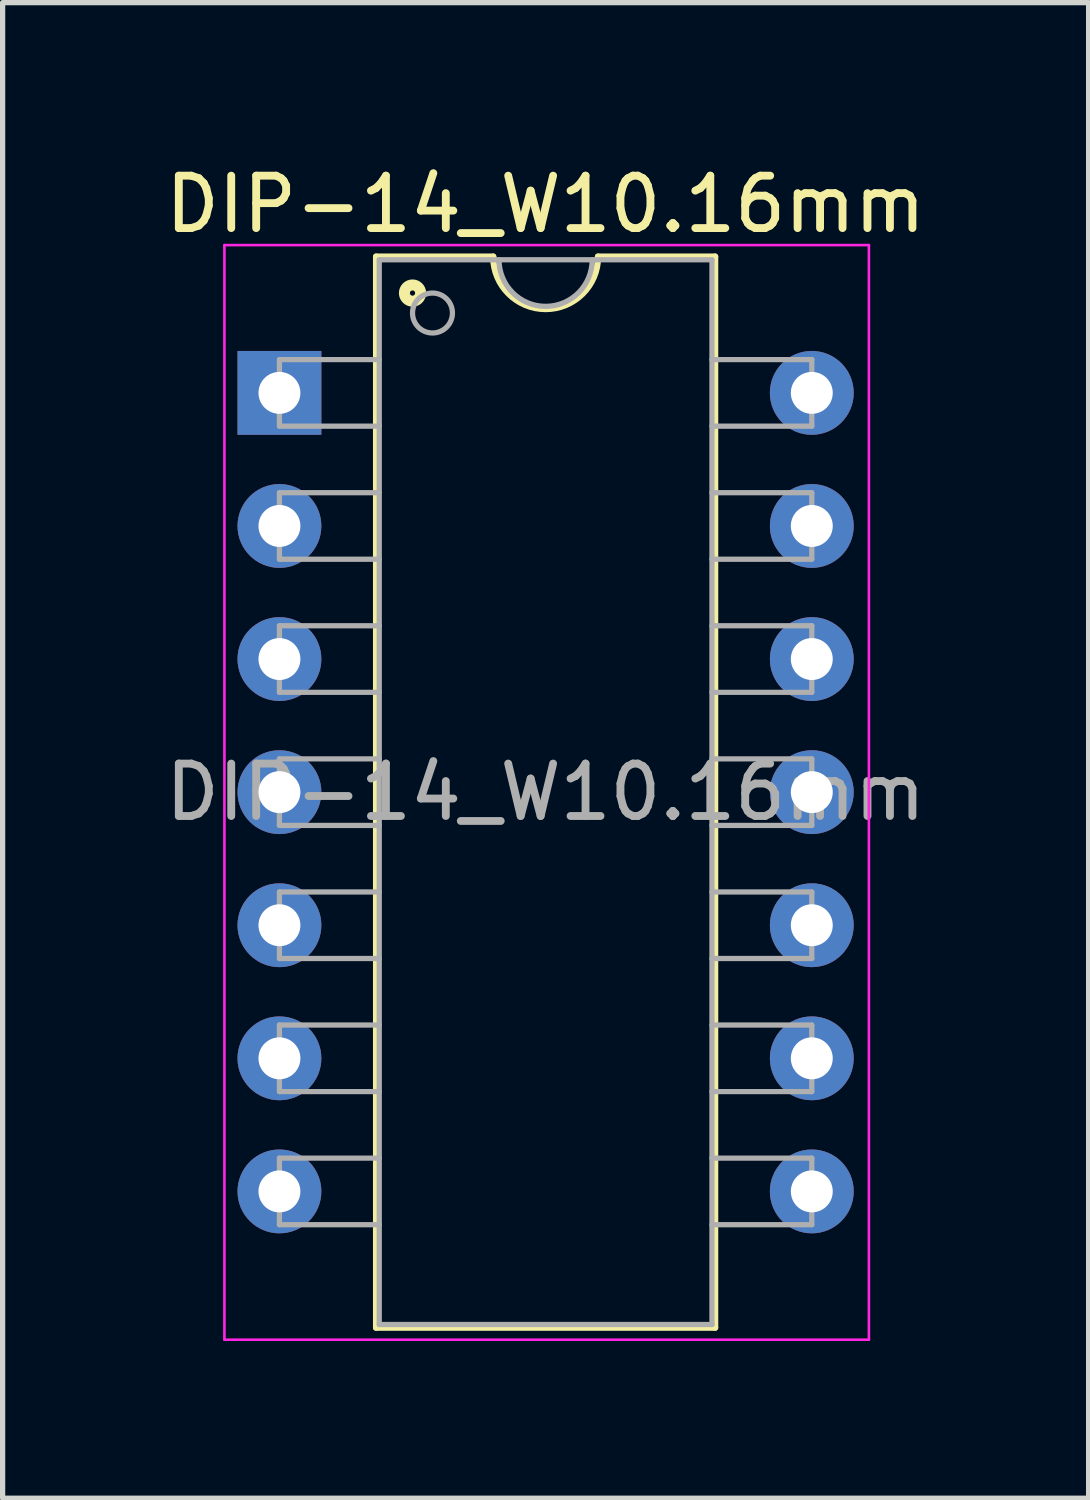
<source format=kicad_pcb>
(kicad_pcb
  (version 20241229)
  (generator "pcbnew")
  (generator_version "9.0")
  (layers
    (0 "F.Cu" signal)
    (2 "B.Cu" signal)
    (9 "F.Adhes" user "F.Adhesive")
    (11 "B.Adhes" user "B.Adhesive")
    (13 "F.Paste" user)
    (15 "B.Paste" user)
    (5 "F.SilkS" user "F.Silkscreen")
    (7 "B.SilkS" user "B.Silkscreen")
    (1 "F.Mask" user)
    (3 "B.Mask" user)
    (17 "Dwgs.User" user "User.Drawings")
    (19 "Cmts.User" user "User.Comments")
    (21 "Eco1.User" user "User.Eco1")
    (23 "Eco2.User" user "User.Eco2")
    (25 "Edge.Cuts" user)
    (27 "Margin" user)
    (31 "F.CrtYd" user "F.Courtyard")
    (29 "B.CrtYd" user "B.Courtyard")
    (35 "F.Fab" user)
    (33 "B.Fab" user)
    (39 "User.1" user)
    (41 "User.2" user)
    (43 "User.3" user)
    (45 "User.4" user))
  (footprint "DIP-14_W10.16mm"
    (layer "F.Cu")
    (at 2.283 4.448)
    (property "Reference" "DIP-14_W10.16mm" (at 5.08 -3.6 0) (layer "F.SilkS") (effects (font (size 1 1) (thickness 0.15))))
    (attr through_hole)
    (fp_line (start 1.845 -2.6) (end 1.845 17.84) (stroke (width 0.12) (type solid)) (layer "F.SilkS"))
    (fp_line (start 1.845 17.84) (end 8.315 17.84) (stroke (width 0.12) (type solid)) (layer "F.SilkS"))
    (fp_line (start 4.08 -2.6) (end 1.845 -2.6) (stroke (width 0.12) (type solid)) (layer "F.SilkS"))
    (fp_line (start 8.315 -2.6) (end 6.08 -2.6) (stroke (width 0.12) (type solid)) (layer "F.SilkS"))
    (fp_line (start 8.315 17.84) (end 8.315 -2.6) (stroke (width 0.12) (type solid)) (layer "F.SilkS"))
    (fp_arc (start 6.08 -2.6) (mid 5.08 -1.6) (end 4.08 -2.6) (stroke (width 0.12) (type solid)) (layer "F.SilkS"))
    (fp_circle (center 2.54 -1.905) (end 2.59 -1.905) (stroke (width 0.12) (type solid)) (fill no) (layer "F.SilkS"))
    (fp_circle (center 2.54 -1.905) (end 2.665 -1.905) (stroke (width 0.12) (type solid)) (fill no) (layer "F.SilkS"))
    (fp_circle (center 2.54 -1.905) (end 2.74 -1.905) (stroke (width 0.12) (type solid)) (fill no) (layer "F.SilkS"))
    (fp_line (start -1.05 -2.82) (end -1.05 18.07) (stroke (width 0.05) (type solid)) (layer "F.CrtYd"))
    (fp_line (start -1.05 18.07) (end 11.25 18.07) (stroke (width 0.05) (type solid)) (layer "F.CrtYd"))
    (fp_line (start 11.25 -2.82) (end -1.05 -2.82) (stroke (width 0.05) (type solid)) (layer "F.CrtYd"))
    (fp_line (start 11.25 18.07) (end 11.25 -2.82) (stroke (width 0.05) (type solid)) (layer "F.CrtYd"))
    (fp_line (start 0 -0.635) (end 0 0.635) (stroke (width 0.1) (type solid)) (layer "F.Fab"))
    (fp_line (start 0 -0.635) (end 1.905 -0.635) (stroke (width 0.1) (type solid)) (layer "F.Fab"))
    (fp_line (start 0 0.635) (end 1.905 0.635) (stroke (width 0.1) (type solid)) (layer "F.Fab"))
    (fp_line (start 0 1.905) (end 0 3.175) (stroke (width 0.1) (type solid)) (layer "F.Fab"))
    (fp_line (start 0 1.905) (end 1.905 1.905) (stroke (width 0.1) (type solid)) (layer "F.Fab"))
    (fp_line (start 0 3.175) (end 1.905 3.175) (stroke (width 0.1) (type solid)) (layer "F.Fab"))
    (fp_line (start 0 4.445) (end 0 5.715) (stroke (width 0.1) (type solid)) (layer "F.Fab"))
    (fp_line (start 0 4.445) (end 1.905 4.445) (stroke (width 0.1) (type solid)) (layer "F.Fab"))
    (fp_line (start 0 5.715) (end 1.905 5.715) (stroke (width 0.1) (type solid)) (layer "F.Fab"))
    (fp_line (start 0 6.985) (end 0 8.255) (stroke (width 0.1) (type solid)) (layer "F.Fab"))
    (fp_line (start 0 6.985) (end 1.905 6.985) (stroke (width 0.1) (type solid)) (layer "F.Fab"))
    (fp_line (start 0 8.255) (end 1.905 8.255) (stroke (width 0.1) (type solid)) (layer "F.Fab"))
    (fp_line (start 0 9.525) (end 0 10.795) (stroke (width 0.1) (type solid)) (layer "F.Fab"))
    (fp_line (start 0 9.525) (end 1.905 9.525) (stroke (width 0.1) (type solid)) (layer "F.Fab"))
    (fp_line (start 0 10.795) (end 1.905 10.795) (stroke (width 0.1) (type solid)) (layer "F.Fab"))
    (fp_line (start 0 12.065) (end 0 13.335) (stroke (width 0.1) (type solid)) (layer "F.Fab"))
    (fp_line (start 0 12.065) (end 1.905 12.065) (stroke (width 0.1) (type solid)) (layer "F.Fab"))
    (fp_line (start 0 13.335) (end 1.905 13.335) (stroke (width 0.1) (type solid)) (layer "F.Fab"))
    (fp_line (start 0 14.605) (end 0 15.875) (stroke (width 0.1) (type solid)) (layer "F.Fab"))
    (fp_line (start 0 14.605) (end 1.905 14.605) (stroke (width 0.1) (type solid)) (layer "F.Fab"))
    (fp_line (start 0 15.875) (end 1.905 15.875) (stroke (width 0.1) (type solid)) (layer "F.Fab"))
    (fp_line (start 1.905 -2.54) (end 8.255 -2.54) (stroke (width 0.1) (type solid)) (layer "F.Fab"))
    (fp_line (start 1.905 17.78) (end 1.905 -2.54) (stroke (width 0.1) (type solid)) (layer "F.Fab"))
    (fp_line (start 8.255 -2.54) (end 8.255 17.78) (stroke (width 0.1) (type solid)) (layer "F.Fab"))
    (fp_line (start 8.255 17.78) (end 1.905 17.78) (stroke (width 0.1) (type solid)) (layer "F.Fab"))
    (fp_line (start 10.16 -0.635) (end 8.255 -0.635) (stroke (width 0.1) (type solid)) (layer "F.Fab"))
    (fp_line (start 10.16 0.635) (end 8.255 0.635) (stroke (width 0.1) (type solid)) (layer "F.Fab"))
    (fp_line (start 10.16 0.635) (end 10.16 -0.635) (stroke (width 0.1) (type solid)) (layer "F.Fab"))
    (fp_line (start 10.16 1.905) (end 8.255 1.905) (stroke (width 0.1) (type solid)) (layer "F.Fab"))
    (fp_line (start 10.16 3.175) (end 8.255 3.175) (stroke (width 0.1) (type solid)) (layer "F.Fab"))
    (fp_line (start 10.16 3.175) (end 10.16 1.905) (stroke (width 0.1) (type solid)) (layer "F.Fab"))
    (fp_line (start 10.16 4.445) (end 8.255 4.445) (stroke (width 0.1) (type solid)) (layer "F.Fab"))
    (fp_line (start 10.16 5.715) (end 8.255 5.715) (stroke (width 0.1) (type solid)) (layer "F.Fab"))
    (fp_line (start 10.16 5.715) (end 10.16 4.445) (stroke (width 0.1) (type solid)) (layer "F.Fab"))
    (fp_line (start 10.16 6.985) (end 8.255 6.985) (stroke (width 0.1) (type solid)) (layer "F.Fab"))
    (fp_line (start 10.16 8.255) (end 8.255 8.255) (stroke (width 0.1) (type solid)) (layer "F.Fab"))
    (fp_line (start 10.16 8.255) (end 10.16 6.985) (stroke (width 0.1) (type solid)) (layer "F.Fab"))
    (fp_line (start 10.16 9.525) (end 8.255 9.525) (stroke (width 0.1) (type solid)) (layer "F.Fab"))
    (fp_line (start 10.16 10.795) (end 8.255 10.795) (stroke (width 0.1) (type solid)) (layer "F.Fab"))
    (fp_line (start 10.16 10.795) (end 10.16 9.525) (stroke (width 0.1) (type solid)) (layer "F.Fab"))
    (fp_line (start 10.16 12.065) (end 8.255 12.065) (stroke (width 0.1) (type solid)) (layer "F.Fab"))
    (fp_line (start 10.16 13.335) (end 8.255 13.335) (stroke (width 0.1) (type solid)) (layer "F.Fab"))
    (fp_line (start 10.16 13.335) (end 10.16 12.065) (stroke (width 0.1) (type solid)) (layer "F.Fab"))
    (fp_line (start 10.16 14.605) (end 8.255 14.605) (stroke (width 0.1) (type solid)) (layer "F.Fab"))
    (fp_line (start 10.16 15.875) (end 8.255 15.875) (stroke (width 0.1) (type solid)) (layer "F.Fab"))
    (fp_line (start 10.16 15.875) (end 10.16 14.605) (stroke (width 0.1) (type solid)) (layer "F.Fab"))
    (fp_arc (start 5.969 -2.54) (mid 5.08 -1.651) (end 4.191 -2.54) (stroke (width 0.1) (type solid)) (layer "F.Fab"))
    (fp_circle (center 2.921 -1.524) (end 3.302 -1.524) (stroke (width 0.1) (type solid)) (fill no) (layer "F.Fab"))
    (fp_text user "${REFERENCE}" (at 5.08 7.62 0) (layer "F.Fab") (effects (font (size 1 1) (thickness 0.15))))
    (pad "1" thru_hole rect (at 0 0) (size 1.6 1.6) (drill 0.8) (layers "*.Cu" "*.Mask"))
    (pad "2" thru_hole oval (at 0 2.54) (size 1.6 1.6) (drill 0.8) (layers "*.Cu" "*.Mask"))
    (pad "3" thru_hole oval (at 0 5.08) (size 1.6 1.6) (drill 0.8) (layers "*.Cu" "*.Mask"))
    (pad "4" thru_hole oval (at 0 7.62) (size 1.6 1.6) (drill 0.8) (layers "*.Cu" "*.Mask"))
    (pad "5" thru_hole oval (at 0 10.16) (size 1.6 1.6) (drill 0.8) (layers "*.Cu" "*.Mask"))
    (pad "6" thru_hole oval (at 0 12.7) (size 1.6 1.6) (drill 0.8) (layers "*.Cu" "*.Mask"))
    (pad "7" thru_hole oval (at 0 15.24) (size 1.6 1.6) (drill 0.8) (layers "*.Cu" "*.Mask"))
    (pad "8" thru_hole oval (at 10.16 15.24) (size 1.6 1.6) (drill 0.8) (layers "*.Cu" "*.Mask"))
    (pad "9" thru_hole oval (at 10.16 12.7) (size 1.6 1.6) (drill 0.8) (layers "*.Cu" "*.Mask"))
    (pad "10" thru_hole oval (at 10.16 10.16) (size 1.6 1.6) (drill 0.8) (layers "*.Cu" "*.Mask"))
    (pad "11" thru_hole oval (at 10.16 7.62) (size 1.6 1.6) (drill 0.8) (layers "*.Cu" "*.Mask"))
    (pad "12" thru_hole oval (at 10.16 5.08) (size 1.6 1.6) (drill 0.8) (layers "*.Cu" "*.Mask"))
    (pad "13" thru_hole oval (at 10.16 2.54) (size 1.6 1.6) (drill 0.8) (layers "*.Cu" "*.Mask"))
    (pad "14" thru_hole oval (at 10.16 0) (size 1.6 1.6) (drill 0.8) (layers "*.Cu" "*.Mask")))
  (gr_rect
    (start -3 -3)
    (end 17.726 25.543)
    (stroke (width 0.1) (type default))
    (fill no)
    (layer "Edge.Cuts")))
</source>
